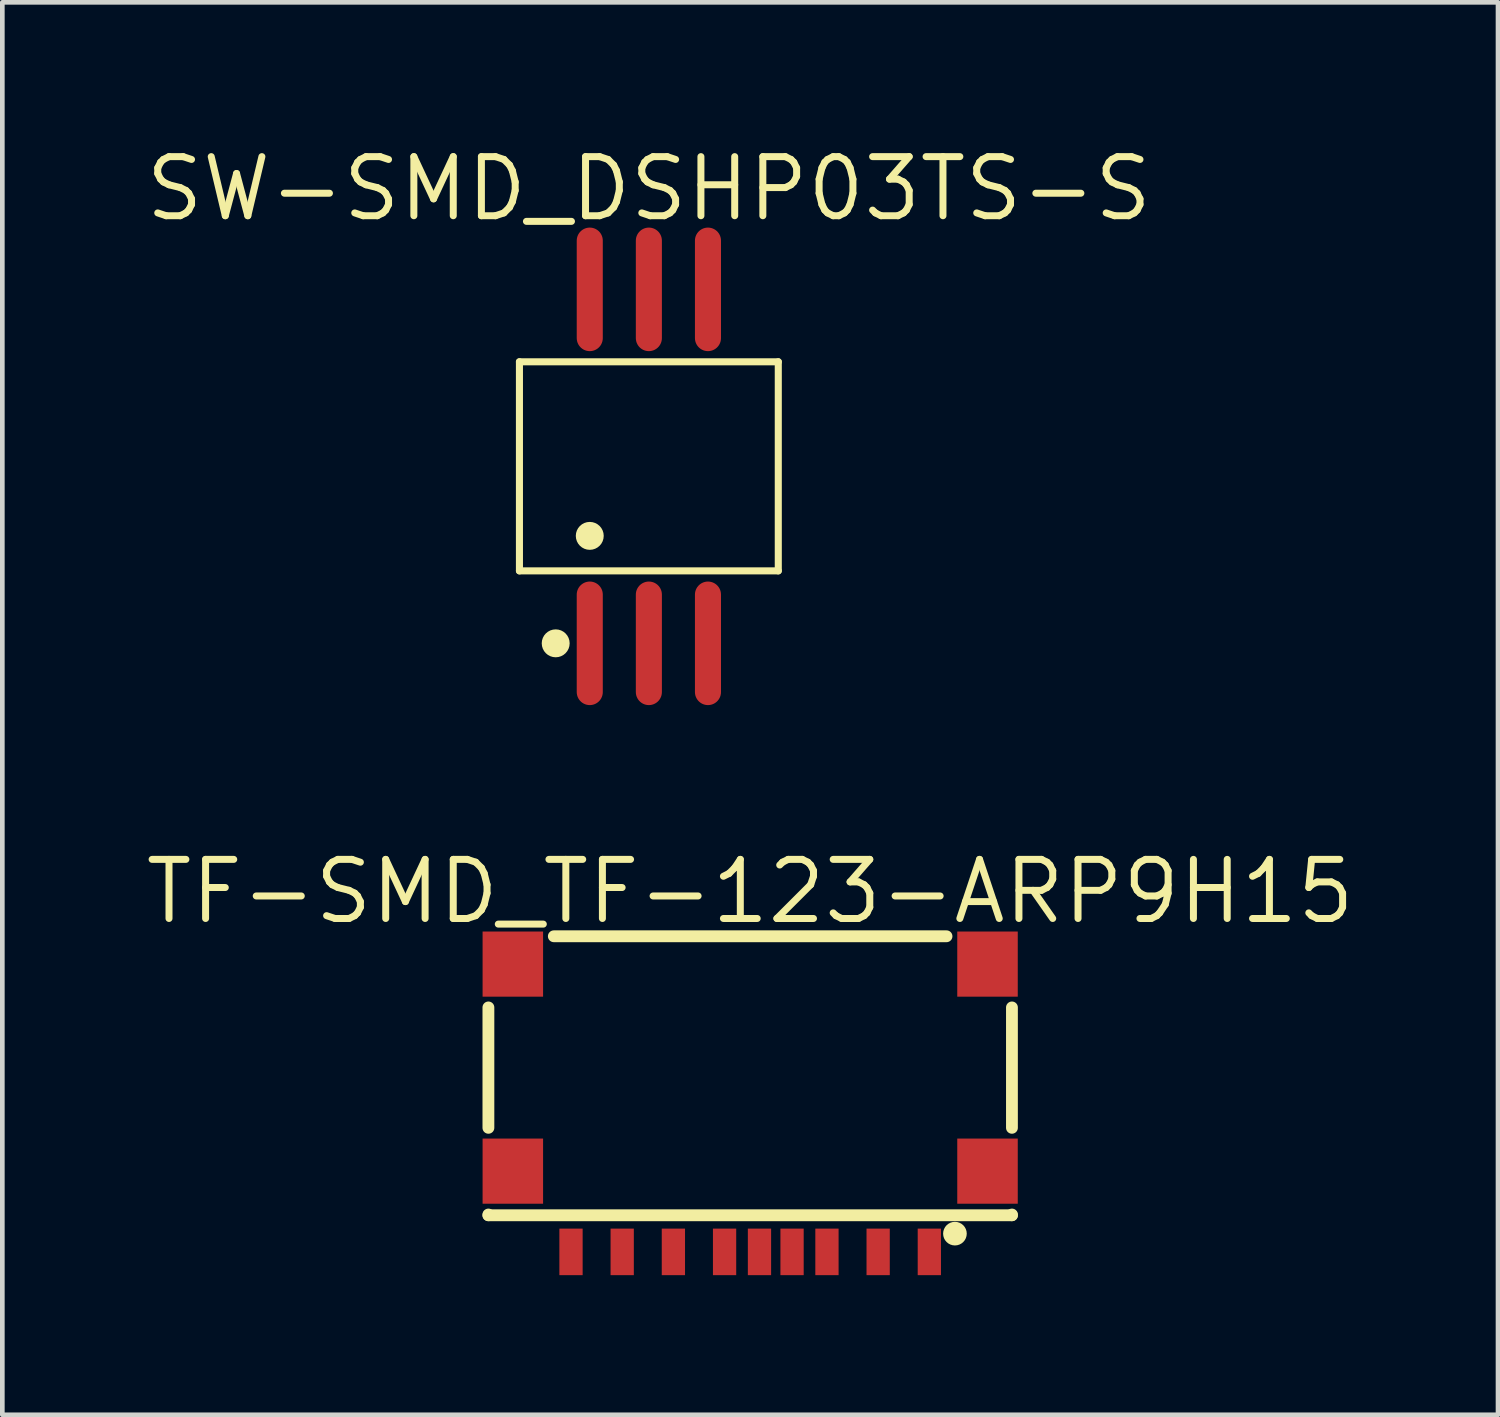
<source format=kicad_pcb>
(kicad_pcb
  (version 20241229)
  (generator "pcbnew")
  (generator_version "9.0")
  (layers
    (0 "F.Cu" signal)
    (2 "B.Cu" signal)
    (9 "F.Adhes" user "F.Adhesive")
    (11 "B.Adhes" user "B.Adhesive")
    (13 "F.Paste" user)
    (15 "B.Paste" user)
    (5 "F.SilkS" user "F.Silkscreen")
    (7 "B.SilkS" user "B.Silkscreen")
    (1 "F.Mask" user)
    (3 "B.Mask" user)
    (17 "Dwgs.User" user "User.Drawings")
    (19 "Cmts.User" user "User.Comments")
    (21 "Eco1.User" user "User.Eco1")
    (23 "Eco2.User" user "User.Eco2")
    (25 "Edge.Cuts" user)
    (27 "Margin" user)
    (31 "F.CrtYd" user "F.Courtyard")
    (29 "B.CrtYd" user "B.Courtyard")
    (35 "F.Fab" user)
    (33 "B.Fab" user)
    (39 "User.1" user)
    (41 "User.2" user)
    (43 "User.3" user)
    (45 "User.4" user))
  (footprint "SW-SMD_DSHP03TS-S"
    (layer "F.Cu")
    (at 10.893 6.971)
    (property "Reference" "SW-SMD_DSHP03TS-S" (at 0 -5.965 0) (layer "F.SilkS") (effects (font (size 1.27 1.27) (thickness 0.15))))
    (fp_line (start -2.781 -2.247) (end 2.781 -2.247) (stroke (width 0.152) (type default)) (layer "F.SilkS"))
    (fp_line (start -2.781 2.246) (end -2.781 -2.247) (stroke (width 0.152) (type default)) (layer "F.SilkS"))
    (fp_line (start 2.781 -2.247) (end 2.781 2.246) (stroke (width 0.152) (type default)) (layer "F.SilkS"))
    (fp_line (start 2.781 2.246) (end -2.781 2.246) (stroke (width 0.152) (type default)) (layer "F.SilkS"))
    (fp_circle (center -2.002 3.803) (end -1.852 3.803) (stroke (width 0.3) (type default)) (fill no) (layer "F.SilkS"))
    (fp_circle (center -1.27 1.494) (end -1.12 1.494) (stroke (width 0.3) (type default)) (fill no) (layer "F.SilkS"))
    (pad "1" smd oval (at -1.27 3.803) (size 0.56 2.655) (layers "F.Cu" "F.Mask" "F.Paste"))
    (pad "2" smd oval (at 0 3.803) (size 0.56 2.655) (layers "F.Cu" "F.Mask" "F.Paste"))
    (pad "3" smd oval (at 1.27 3.803) (size 0.56 2.655) (layers "F.Cu" "F.Mask" "F.Paste"))
    (pad "4" smd oval (at 1.27 -3.803) (size 0.56 2.655) (layers "F.Cu" "F.Mask" "F.Paste"))
    (pad "5" smd oval (at 0 -3.803) (size 0.56 2.655) (layers "F.Cu" "F.Mask" "F.Paste"))
    (pad "6" smd oval (at -1.27 -3.803) (size 0.56 2.655) (layers "F.Cu" "F.Mask" "F.Paste"))
    (zone (net_name "") (layer "User.4") (hatch edge 0.5) (priority 100) (connect_pads yes) (min_thickness 0) (filled_areas_thickness no) (fill yes) (polygon (pts (xy 9.423 2.721) (xy 9.423 3.721) (xy 9.823 3.721) (xy 9.823 2.721))) (filled_polygon (layer "User.4") (island) (pts (xy 9.423 2.721) (xy 9.423 3.721) (xy 9.823 3.721) (xy 9.823 2.721))))
    (zone (net_name "") (layer "User.4") (hatch edge 0.5) (priority 100) (connect_pads) (min_thickness 0) (filled_areas_thickness no) (keepout (tracks allowed) (vias allowed) (pads allowed) (copperpour not_allowed) (footprints allowed)) (placement (enabled no)) (fill) (polygon (pts (xy 9.423 3.711) (xy 9.423 4.306) (xy 9.823 4.306) (xy 9.823 3.711))))
    (zone (net_name "") (layer "User.4") (hatch edge 0.5) (priority 100) (connect_pads) (min_thickness 0) (filled_areas_thickness no) (keepout (tracks allowed) (vias allowed) (pads allowed) (copperpour not_allowed) (footprints allowed)) (placement (enabled no)) (fill) (polygon (pts (xy 9.423 10.231) (xy 9.423 9.636) (xy 9.823 9.636) (xy 9.823 10.231))))
    (zone (net_name "") (layer "User.4") (hatch edge 0.5) (priority 100) (connect_pads yes) (min_thickness 0) (filled_areas_thickness no) (fill yes) (polygon (pts (xy 9.423 11.221) (xy 9.423 10.221) (xy 9.823 10.221) (xy 9.823 11.221))) (filled_polygon (layer "User.4") (island) (pts (xy 9.423 11.221) (xy 9.423 10.221) (xy 9.823 10.221) (xy 9.823 11.221))))
    (zone (net_name "") (layer "User.4") (hatch edge 0.5) (priority 100) (connect_pads yes) (min_thickness 0) (filled_areas_thickness no) (fill yes) (polygon (pts (xy 10.693 2.721) (xy 10.693 3.721) (xy 11.093 3.721) (xy 11.093 2.721))) (filled_polygon (layer "User.4") (island) (pts (xy 10.693 2.721) (xy 10.693 3.721) (xy 11.093 3.721) (xy 11.093 2.721))))
    (zone (net_name "") (layer "User.4") (hatch edge 0.5) (priority 100) (connect_pads) (min_thickness 0) (filled_areas_thickness no) (keepout (tracks allowed) (vias allowed) (pads allowed) (copperpour not_allowed) (footprints allowed)) (placement (enabled no)) (fill) (polygon (pts (xy 10.693 3.711) (xy 10.693 4.306) (xy 11.093 4.306) (xy 11.093 3.711))))
    (zone (net_name "") (layer "User.4") (hatch edge 0.5) (priority 100) (connect_pads) (min_thickness 0) (filled_areas_thickness no) (keepout (tracks allowed) (vias allowed) (pads allowed) (copperpour not_allowed) (footprints allowed)) (placement (enabled no)) (fill) (polygon (pts (xy 10.693 10.231) (xy 10.693 9.636) (xy 11.093 9.636) (xy 11.093 10.231))))
    (zone (net_name "") (layer "User.4") (hatch edge 0.5) (priority 100) (connect_pads yes) (min_thickness 0) (filled_areas_thickness no) (fill yes) (polygon (pts (xy 10.693 11.221) (xy 10.693 10.221) (xy 11.093 10.221) (xy 11.093 11.221))) (filled_polygon (layer "User.4") (island) (pts (xy 10.693 11.221) (xy 10.693 10.221) (xy 11.093 10.221) (xy 11.093 11.221))))
    (zone (net_name "") (layer "User.4") (hatch edge 0.5) (priority 100) (connect_pads yes) (min_thickness 0) (filled_areas_thickness no) (fill yes) (polygon (pts (xy 11.963 2.721) (xy 11.963 3.721) (xy 12.363 3.721) (xy 12.363 2.721))) (filled_polygon (layer "User.4") (island) (pts (xy 11.963 2.721) (xy 11.963 3.721) (xy 12.363 3.721) (xy 12.363 2.721))))
    (zone (net_name "") (layer "User.4") (hatch edge 0.5) (priority 100) (connect_pads) (min_thickness 0) (filled_areas_thickness no) (keepout (tracks allowed) (vias allowed) (pads allowed) (copperpour not_allowed) (footprints allowed)) (placement (enabled no)) (fill) (polygon (pts (xy 11.963 3.711) (xy 11.963 4.306) (xy 12.363 4.306) (xy 12.363 3.711))))
    (zone (net_name "") (layer "User.4") (hatch edge 0.5) (priority 100) (connect_pads) (min_thickness 0) (filled_areas_thickness no) (keepout (tracks allowed) (vias allowed) (pads allowed) (copperpour not_allowed) (footprints allowed)) (placement (enabled no)) (fill) (polygon (pts (xy 11.963 10.231) (xy 11.963 9.636) (xy 12.363 9.636) (xy 12.363 10.231))))
    (zone (net_name "") (layer "User.4") (hatch edge 0.5) (priority 100) (connect_pads yes) (min_thickness 0) (filled_areas_thickness no) (fill yes) (polygon (pts (xy 11.963 11.221) (xy 11.963 10.221) (xy 12.363 10.221) (xy 12.363 11.221))) (filled_polygon (layer "User.4") (island) (pts (xy 11.963 11.221) (xy 11.963 10.221) (xy 12.363 10.221) (xy 12.363 11.221)))))
  (footprint "TF-SMD_TF-123-ARP9H15"
    (layer "F.Cu")
    (at 13.07 20.759)
    (property "Reference" "TF-SMD_TF-123-ARP9H15" (at -0.0001 -4.652 0) (layer "F.SilkS") (effects (font (size 1.27 1.27) (thickness 0.15))))
    (fp_line (start -5.625 0.426) (end -5.625 -2.161) (stroke (width 0.254) (type default)) (layer "F.SilkS"))
    (fp_line (start -5.625 2.305) (end -5.625 2.289) (stroke (width 0.254) (type default)) (layer "F.SilkS"))
    (fp_line (start -4.219 -3.69) (end 4.219 -3.69) (stroke (width 0.254) (type default)) (layer "F.SilkS"))
    (fp_line (start 5.625 -2.161) (end 5.625 0.426) (stroke (width 0.254) (type default)) (layer "F.SilkS"))
    (fp_line (start 5.625 2.289) (end 5.625 2.305) (stroke (width 0.254) (type default)) (layer "F.SilkS"))
    (fp_line (start 5.625 2.305) (end -5.625 2.305) (stroke (width 0.254) (type default)) (layer "F.SilkS"))
    (fp_circle (center 4.4 2.7) (end 4.4 2.7) (stroke (width 0.254) (type default)) (fill no) (layer "F.SilkS"))
    (fp_circle (center 5.625 3.308) (end 5.655 3.308) (stroke (width 0.06) (type default)) (fill no) (layer "User.5"))
    (pad "1" smd rect (at 3.85 3.092) (size 0.5 1) (layers "F.Cu" "F.Mask" "F.Paste"))
    (pad "2" smd rect (at 2.75 3.092) (size 0.5 1) (layers "F.Cu" "F.Mask" "F.Paste"))
    (pad "3" smd rect (at 1.65 3.092) (size 0.5 1) (layers "F.Cu" "F.Mask" "F.Paste"))
    (pad "4" smd rect (at 0.9 3.092) (size 0.5 1) (layers "F.Cu" "F.Mask" "F.Paste"))
    (pad "5" smd rect (at -0.55 3.092) (size 0.5 1) (layers "F.Cu" "F.Mask" "F.Paste"))
    (pad "6" smd rect (at -1.65 3.092) (size 0.5 1) (layers "F.Cu" "F.Mask" "F.Paste"))
    (pad "7" smd rect (at -2.75 3.092) (size 0.5 1) (layers "F.Cu" "F.Mask" "F.Paste"))
    (pad "8" smd rect (at -3.85 3.092) (size 0.5 1) (layers "F.Cu" "F.Mask" "F.Paste"))
    (pad "9" smd rect (at 0.2 3.092) (size 0.5 1) (layers "F.Cu" "F.Mask" "F.Paste"))
    (pad "10" smd rect (at -5.1 1.357) (size 1.3 1.4) (layers "F.Cu" "F.Mask" "F.Paste"))
    (pad "11" smd rect (at -5.1 -3.092) (size 1.3 1.4) (layers "F.Cu" "F.Mask" "F.Paste"))
    (pad "12" smd rect (at 5.1 -3.092) (size 1.3 1.4) (layers "F.Cu" "F.Mask" "F.Paste"))
    (pad "13" smd rect (at 5.1 1.357) (size 1.3 1.4) (layers "F.Cu" "F.Mask" "F.Paste"))
    (zone (net_name "") (layer "User.4") (hatch edge 0.5) (priority 100) (connect_pads yes) (min_thickness 0) (filled_areas_thickness no) (fill yes) (polygon (pts (xy 7.445 17.267) (xy 8.245 17.267) (xy 8.245 18.067) (xy 7.445 18.067))) (filled_polygon (layer "User.4") (island) (pts (xy 7.445 17.267) (xy 8.245 17.267) (xy 8.245 18.067) (xy 7.445 18.067))))
    (zone (net_name "") (layer "User.4") (hatch edge 0.5) (priority 100) (connect_pads yes) (min_thickness 0) (filled_areas_thickness no) (fill yes) (polygon (pts (xy 7.445 21.717) (xy 8.245 21.717) (xy 8.245 22.517) (xy 7.445 22.517))) (filled_polygon (layer "User.4") (island) (pts (xy 7.445 21.717) (xy 8.245 21.717) (xy 8.245 22.517) (xy 7.445 22.517))))
    (zone (net_name "") (layer "User.4") (hatch edge 0.5) (priority 100) (connect_pads yes) (min_thickness 0) (filled_areas_thickness no) (fill yes) (polygon (pts (xy 9.07 23.637) (xy 9.37 23.637) (xy 9.37 24.067) (xy 9.07 24.067))) (filled_polygon (layer "User.4") (island) (pts (xy 9.07 23.637) (xy 9.37 23.637) (xy 9.37 24.067) (xy 9.07 24.067))))
    (zone (net_name "") (layer "User.4") (hatch edge 0.5) (priority 100) (connect_pads yes) (min_thickness 0) (filled_areas_thickness no) (fill yes) (polygon (pts (xy 10.17 23.637) (xy 10.47 23.637) (xy 10.47 24.067) (xy 10.17 24.067))) (filled_polygon (layer "User.4") (island) (pts (xy 10.17 23.637) (xy 10.47 23.637) (xy 10.47 24.067) (xy 10.17 24.067))))
    (zone (net_name "") (layer "User.4") (hatch edge 0.5) (priority 100) (connect_pads yes) (min_thickness 0) (filled_areas_thickness no) (fill yes) (polygon (pts (xy 11.27 23.637) (xy 11.57 23.637) (xy 11.57 24.067) (xy 11.27 24.067))) (filled_polygon (layer "User.4") (island) (pts (xy 11.27 23.637) (xy 11.57 23.637) (xy 11.57 24.067) (xy 11.27 24.067))))
    (zone (net_name "") (layer "User.4") (hatch edge 0.5) (priority 100) (connect_pads yes) (min_thickness 0) (filled_areas_thickness no) (fill yes) (polygon (pts (xy 12.37 23.637) (xy 12.67 23.637) (xy 12.67 24.067) (xy 12.37 24.067))) (filled_polygon (layer "User.4") (island) (pts (xy 12.37 23.637) (xy 12.67 23.637) (xy 12.67 24.067) (xy 12.37 24.067))))
    (zone (net_name "") (layer "User.4") (hatch edge 0.5) (priority 100) (connect_pads yes) (min_thickness 0) (filled_areas_thickness no) (fill yes) (polygon (pts (xy 13.12 23.637) (xy 13.42 23.637) (xy 13.42 24.067) (xy 13.12 24.067))) (filled_polygon (layer "User.4") (island) (pts (xy 13.12 23.637) (xy 13.42 23.637) (xy 13.42 24.067) (xy 13.12 24.067))))
    (zone (net_name "") (layer "User.4") (hatch edge 0.5) (priority 100) (connect_pads yes) (min_thickness 0) (filled_areas_thickness no) (fill yes) (polygon (pts (xy 13.82 23.637) (xy 14.12 23.637) (xy 14.12 24.067) (xy 13.82 24.067))) (filled_polygon (layer "User.4") (island) (pts (xy 13.82 23.637) (xy 14.12 23.637) (xy 14.12 24.067) (xy 13.82 24.067))))
    (zone (net_name "") (layer "User.4") (hatch edge 0.5) (priority 100) (connect_pads yes) (min_thickness 0) (filled_areas_thickness no) (fill yes) (polygon (pts (xy 14.57 23.637) (xy 14.87 23.637) (xy 14.87 24.067) (xy 14.57 24.067))) (filled_polygon (layer "User.4") (island) (pts (xy 14.57 23.637) (xy 14.87 23.637) (xy 14.87 24.067) (xy 14.57 24.067))))
    (zone (net_name "") (layer "User.4") (hatch edge 0.5) (priority 100) (connect_pads yes) (min_thickness 0) (filled_areas_thickness no) (fill yes) (polygon (pts (xy 15.67 23.637) (xy 15.97 23.637) (xy 15.97 24.067) (xy 15.67 24.067))) (filled_polygon (layer "User.4") (island) (pts (xy 15.67 23.637) (xy 15.97 23.637) (xy 15.97 24.067) (xy 15.67 24.067))))
    (zone (net_name "") (layer "User.4") (hatch edge 0.5) (priority 100) (connect_pads yes) (min_thickness 0) (filled_areas_thickness no) (fill yes) (polygon (pts (xy 16.77 23.637) (xy 17.07 23.637) (xy 17.07 24.067) (xy 16.77 24.067))) (filled_polygon (layer "User.4") (island) (pts (xy 16.77 23.637) (xy 17.07 23.637) (xy 17.07 24.067) (xy 16.77 24.067))))
    (zone (net_name "") (layer "User.4") (hatch edge 0.5) (priority 100) (connect_pads yes) (min_thickness 0) (filled_areas_thickness no) (fill yes) (polygon (pts (xy 17.895 17.267) (xy 18.695 17.267) (xy 18.695 18.067) (xy 17.895 18.067))) (filled_polygon (layer "User.4") (island) (pts (xy 17.895 17.267) (xy 18.695 17.267) (xy 18.695 18.067) (xy 17.895 18.067))))
    (zone (net_name "") (layer "User.4") (hatch edge 0.5) (priority 100) (connect_pads yes) (min_thickness 0) (filled_areas_thickness no) (fill yes) (polygon (pts (xy 17.895 21.717) (xy 18.695 21.717) (xy 18.695 22.517) (xy 17.895 22.517))) (filled_polygon (layer "User.4") (island) (pts (xy 17.895 21.717) (xy 18.695 21.717) (xy 18.695 22.517) (xy 17.895 22.517)))))
  (gr_rect
    (start -3 -3)
    (end 29.14 27.352)
    (stroke (width 0.1) (type default))
    (fill no)
    (layer "Edge.Cuts")))
</source>
